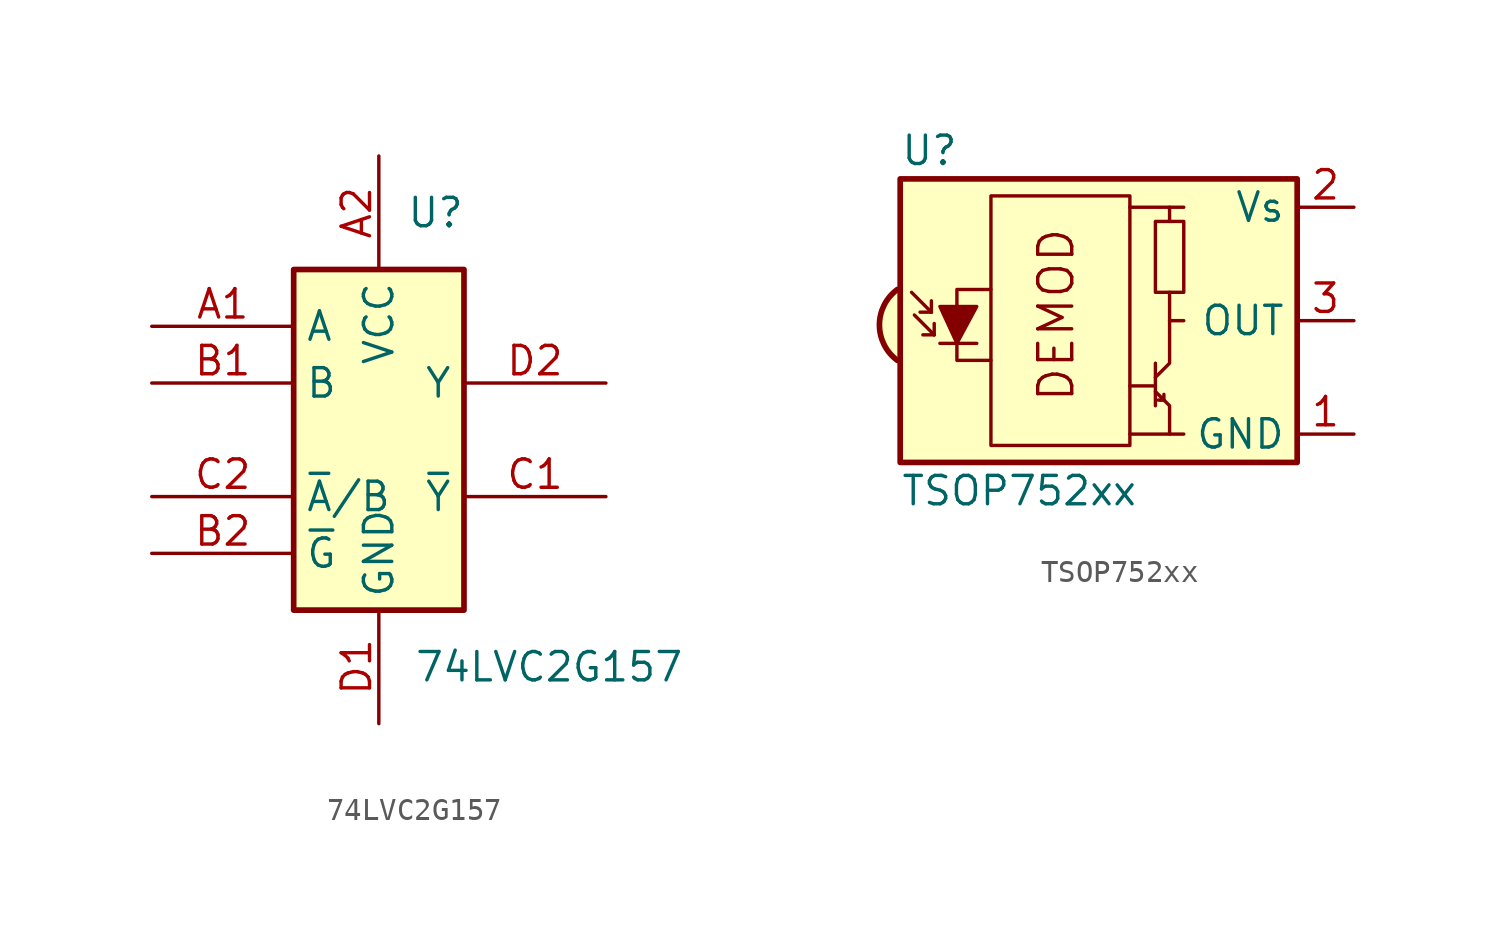
<source format=kicad_sym>
(kicad_symbol_lib
  (version 20231120)
  (generator "kicad_symbol_editor")
  (generator_version "8.0")
  (symbol "74LVC2G157"
    (property "Reference" "U"
      (at 2.54 10.16 0)
      (effects (font (size 1.27 1.27))))
    (property "Value" "74LVC2G157"
      (at 7.62 -10.16 0)
      (effects (font (size 1.27 1.27))))
    (symbol "74LVC2G157_0_1"
      (rectangle (start -3.81 7.62) (end 3.81 -7.62) (stroke (width 0.254) (type default)) (fill (type background))))
    (symbol "74LVC2G157_1_1"
      (pin input line (at -10.16 5.08 0) (length 6.35) (name "A" (effects (font (size 1.27 1.27)))) (number "A1" (effects (font (size 1.27 1.27)))))
      (pin power_in line (at 0 12.7 270) (length 5.08) (name "VCC" (effects (font (size 1.27 1.27)))) (number "A2" (effects (font (size 1.27 1.27)))))
      (pin input line (at -10.16 2.54 0) (length 6.35) (name "B" (effects (font (size 1.27 1.27)))) (number "B1" (effects (font (size 1.27 1.27)))))
      (pin input line (at -10.16 -5.08 0) (length 6.35) (name "~{G}" (effects (font (size 1.27 1.27)))) (number "B2" (effects (font (size 1.27 1.27)))))
      (pin output line (at 10.16 -2.54 180) (length 6.35) (name "~{Y}" (effects (font (size 1.27 1.27)))) (number "C1" (effects (font (size 1.27 1.27)))))
      (pin input line (at -10.16 -2.54 0) (length 6.35) (name "~{A}/B" (effects (font (size 1.27 1.27)))) (number "C2" (effects (font (size 1.27 1.27)))))
      (pin power_in line (at 0 -12.7 90) (length 5.08) (name "GND" (effects (font (size 1.27 1.27)))) (number "D1" (effects (font (size 1.27 1.27)))))
      (pin output line (at 10.16 2.54 180) (length 6.35) (name "Y" (effects (font (size 1.27 1.27)))) (number "D2" (effects (font (size 1.27 1.27)))))))
  (symbol "TSOP752xx"
    (property "Reference" "U"
      (at -10.16 7.62 0)
      (effects (font (size 1.27 1.27)) (justify left)))
    (property "Value" "TSOP752xx"
      (at -10.16 -7.62 0)
      (effects (font (size 1.27 1.27)) (justify left)))
    (symbol "TSOP752xx_0_0"
      (arc (start -10.287 1.397) (mid -11.0899 -0.1852) (end -10.287 -1.778) (stroke (width 0.254) (type default)) (fill (type background)))
      (polyline (pts (xy 1.905 -5.08) (xy 0.127 -5.08)) (stroke (width 0) (type default)) (fill (type none)))
      (polyline (pts (xy 1.905 5.08) (xy 0.127 5.08)) (stroke (width 0) (type default)) (fill (type none)))
      (text "DEMOD" (at -3.175 0.254 900) (effects (font (size 1.524 1.524)))))
    (symbol "TSOP752xx_0_1"
      (rectangle (start -6.096 5.588) (end 0.127 -5.588) (stroke (width 0) (type default)) (fill (type none)))
      (polyline (pts (xy -8.763 0.381) (xy -9.652 1.27)) (stroke (width 0) (type default)) (fill (type none)))
      (polyline (pts (xy -8.763 0.381) (xy -9.271 0.381)) (stroke (width 0) (type default)) (fill (type none)))
      (polyline (pts (xy -8.763 0.381) (xy -8.763 0.889)) (stroke (width 0) (type default)) (fill (type none)))
      (polyline (pts (xy -8.636 -0.635) (xy -9.525 0.254)) (stroke (width 0) (type default)) (fill (type none)))
      (polyline (pts (xy -8.636 -0.635) (xy -9.144 -0.635)) (stroke (width 0) (type default)) (fill (type none)))
      (polyline (pts (xy -8.636 -0.635) (xy -8.636 -0.127)) (stroke (width 0) (type default)) (fill (type none)))
      (polyline (pts (xy -8.382 -1.016) (xy -6.731 -1.016)) (stroke (width 0) (type default)) (fill (type none)))
      (polyline (pts (xy 1.27 -2.921) (xy 0.127 -2.921)) (stroke (width 0) (type default)) (fill (type none)))
      (polyline (pts (xy 1.27 -1.905) (xy 1.27 -3.81)) (stroke (width 0) (type default)) (fill (type none)))
      (polyline (pts (xy 1.397 -3.556) (xy 1.524 -3.556)) (stroke (width 0) (type default)) (fill (type none)))
      (polyline (pts (xy 1.651 -3.556) (xy 1.524 -3.556)) (stroke (width 0) (type default)) (fill (type none)))
      (polyline (pts (xy 1.651 -3.556) (xy 1.651 -3.302)) (stroke (width 0) (type default)) (fill (type none)))
      (polyline (pts (xy 1.905 0) (xy 1.905 1.27)) (stroke (width 0) (type default)) (fill (type none)))
      (polyline (pts (xy 1.905 4.445) (xy 1.905 5.08) (xy 2.54 5.08)) (stroke (width 0) (type default)) (fill (type none)))
      (polyline (pts (xy -8.382 0.635) (xy -6.731 0.635) (xy -7.62 -1.016) (xy -8.382 0.635)) (stroke (width 0) (type default)) (fill (type outline)))
      (polyline (pts (xy -6.096 1.397) (xy -7.62 1.397) (xy -7.62 -1.778) (xy -6.096 -1.778)) (stroke (width 0) (type default)) (fill (type none)))
      (polyline (pts (xy 1.27 -3.175) (xy 1.905 -3.81) (xy 1.905 -5.08) (xy 2.54 -5.08)) (stroke (width 0) (type default)) (fill (type none)))
      (polyline (pts (xy 1.27 -2.54) (xy 1.905 -1.905) (xy 1.905 0) (xy 2.54 0)) (stroke (width 0) (type default)) (fill (type none)))
      (rectangle (start 2.54 1.27) (end 1.27 4.445) (stroke (width 0) (type default)) (fill (type none)))
      (rectangle (start 7.62 6.35) (end -10.16 -6.35) (stroke (width 0.254) (type default)) (fill (type background))))
    (symbol "TSOP752xx_1_1"
      (pin power_in line (at 10.16 -5.08 180) (length 2.54) (name "GND" (effects (font (size 1.27 1.27)))) (number "1" (effects (font (size 1.27 1.27)))))
      (pin power_in line (at 10.16 5.08 180) (length 2.54) (name "Vs" (effects (font (size 1.27 1.27)))) (number "2" (effects (font (size 1.27 1.27)))))
      (pin output line (at 10.16 0 180) (length 2.54) (name "OUT" (effects (font (size 1.27 1.27)))) (number "3" (effects (font (size 1.27 1.27)))))
      (pin power_in line (at 10.16 -5.08 180) (length 2.54) hide (name "GND" (effects (font (size 1.27 1.27)))) (number "4" (effects (font (size 1.27 1.27))))))))
</source>
